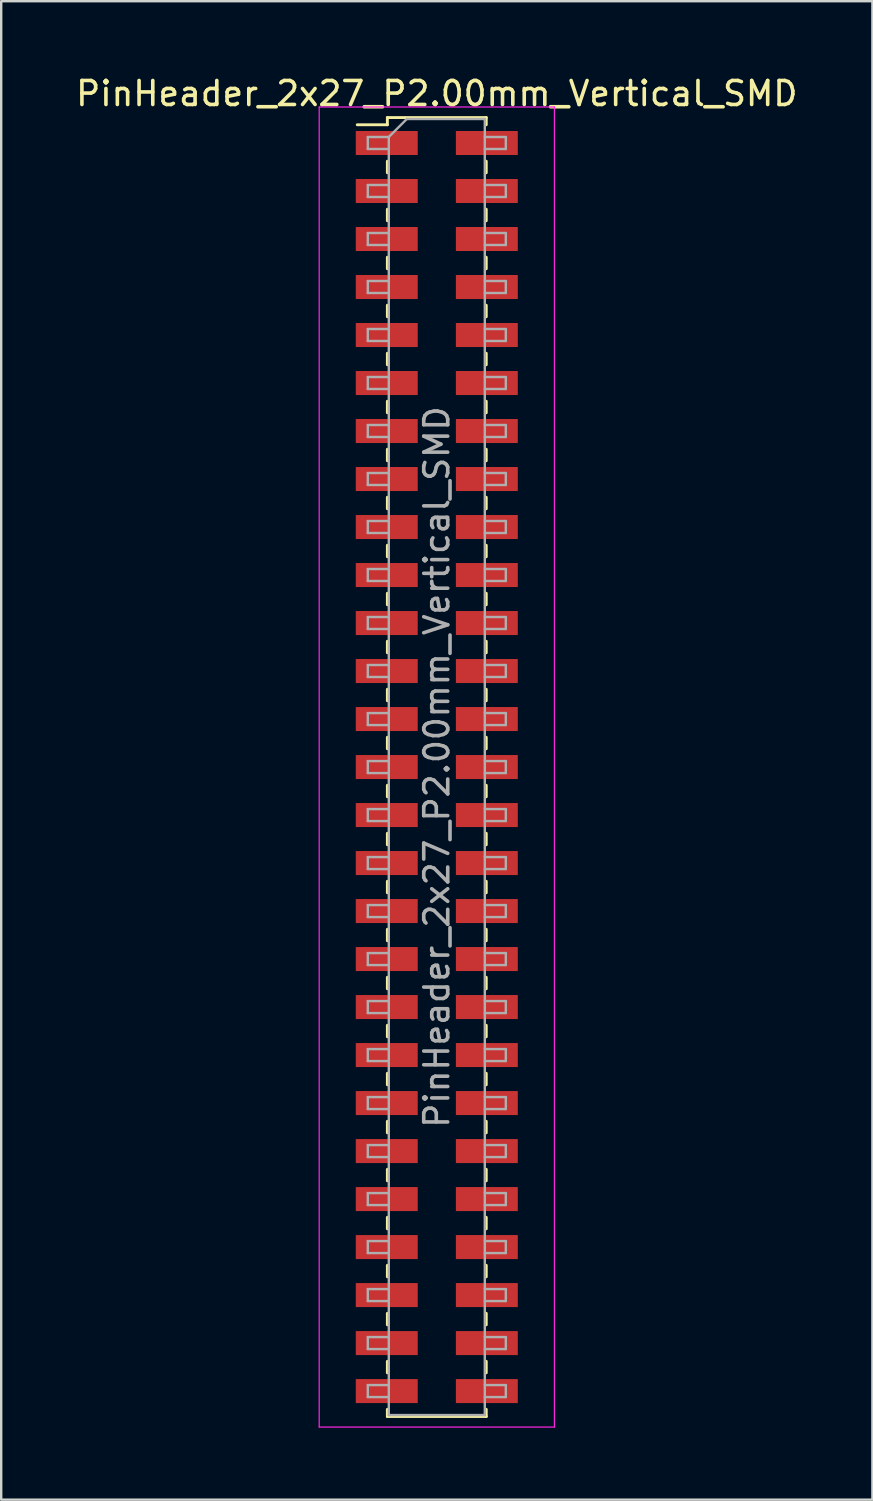
<source format=kicad_pcb>
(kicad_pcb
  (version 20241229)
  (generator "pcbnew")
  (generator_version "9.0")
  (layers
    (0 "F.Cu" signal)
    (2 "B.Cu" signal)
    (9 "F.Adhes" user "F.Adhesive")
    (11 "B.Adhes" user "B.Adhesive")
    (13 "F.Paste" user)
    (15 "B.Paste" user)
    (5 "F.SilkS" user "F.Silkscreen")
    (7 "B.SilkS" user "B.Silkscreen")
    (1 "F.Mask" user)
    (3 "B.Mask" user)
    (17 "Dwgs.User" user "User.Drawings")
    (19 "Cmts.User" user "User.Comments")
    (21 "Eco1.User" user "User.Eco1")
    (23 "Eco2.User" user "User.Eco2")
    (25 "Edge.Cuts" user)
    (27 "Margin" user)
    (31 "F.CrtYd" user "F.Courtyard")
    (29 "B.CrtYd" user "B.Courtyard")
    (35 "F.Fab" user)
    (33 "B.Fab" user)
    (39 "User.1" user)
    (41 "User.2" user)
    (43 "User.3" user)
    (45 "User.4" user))
  (footprint "PinHeader_2x27_P2.00mm_Vertical_SMD"
    (layer "F.Cu")
    (at 15.149 28.908)
    (property "Reference" "PinHeader_2x27_P2.00mm_Vertical_SMD" (at 0 -28.06 0) (layer "F.SilkS") (effects (font (size 1 1) (thickness 0.15))))
    (attr smd)
    (fp_line (start -3.315 -26.76) (end -2.06 -26.76) (stroke (width 0.12) (type solid)) (layer "F.SilkS"))
    (fp_line (start -2.06 -27.06) (end -2.06 -26.76) (stroke (width 0.12) (type solid)) (layer "F.SilkS"))
    (fp_line (start -2.06 -27.06) (end 2.06 -27.06) (stroke (width 0.12) (type solid)) (layer "F.SilkS"))
    (fp_line (start -2.06 -25.24) (end -2.06 -24.76) (stroke (width 0.12) (type solid)) (layer "F.SilkS"))
    (fp_line (start -2.06 -23.24) (end -2.06 -22.76) (stroke (width 0.12) (type solid)) (layer "F.SilkS"))
    (fp_line (start -2.06 -21.24) (end -2.06 -20.76) (stroke (width 0.12) (type solid)) (layer "F.SilkS"))
    (fp_line (start -2.06 -19.24) (end -2.06 -18.76) (stroke (width 0.12) (type solid)) (layer "F.SilkS"))
    (fp_line (start -2.06 -17.24) (end -2.06 -16.76) (stroke (width 0.12) (type solid)) (layer "F.SilkS"))
    (fp_line (start -2.06 -15.24) (end -2.06 -14.76) (stroke (width 0.12) (type solid)) (layer "F.SilkS"))
    (fp_line (start -2.06 -13.24) (end -2.06 -12.76) (stroke (width 0.12) (type solid)) (layer "F.SilkS"))
    (fp_line (start -2.06 -11.24) (end -2.06 -10.76) (stroke (width 0.12) (type solid)) (layer "F.SilkS"))
    (fp_line (start -2.06 -9.24) (end -2.06 -8.76) (stroke (width 0.12) (type solid)) (layer "F.SilkS"))
    (fp_line (start -2.06 -7.24) (end -2.06 -6.76) (stroke (width 0.12) (type solid)) (layer "F.SilkS"))
    (fp_line (start -2.06 -5.24) (end -2.06 -4.76) (stroke (width 0.12) (type solid)) (layer "F.SilkS"))
    (fp_line (start -2.06 -3.24) (end -2.06 -2.76) (stroke (width 0.12) (type solid)) (layer "F.SilkS"))
    (fp_line (start -2.06 -1.24) (end -2.06 -0.76) (stroke (width 0.12) (type solid)) (layer "F.SilkS"))
    (fp_line (start -2.06 0.76) (end -2.06 1.24) (stroke (width 0.12) (type solid)) (layer "F.SilkS"))
    (fp_line (start -2.06 2.76) (end -2.06 3.24) (stroke (width 0.12) (type solid)) (layer "F.SilkS"))
    (fp_line (start -2.06 4.76) (end -2.06 5.24) (stroke (width 0.12) (type solid)) (layer "F.SilkS"))
    (fp_line (start -2.06 6.76) (end -2.06 7.24) (stroke (width 0.12) (type solid)) (layer "F.SilkS"))
    (fp_line (start -2.06 8.76) (end -2.06 9.24) (stroke (width 0.12) (type solid)) (layer "F.SilkS"))
    (fp_line (start -2.06 10.76) (end -2.06 11.24) (stroke (width 0.12) (type solid)) (layer "F.SilkS"))
    (fp_line (start -2.06 12.76) (end -2.06 13.24) (stroke (width 0.12) (type solid)) (layer "F.SilkS"))
    (fp_line (start -2.06 14.76) (end -2.06 15.24) (stroke (width 0.12) (type solid)) (layer "F.SilkS"))
    (fp_line (start -2.06 16.76) (end -2.06 17.24) (stroke (width 0.12) (type solid)) (layer "F.SilkS"))
    (fp_line (start -2.06 18.76) (end -2.06 19.24) (stroke (width 0.12) (type solid)) (layer "F.SilkS"))
    (fp_line (start -2.06 20.76) (end -2.06 21.24) (stroke (width 0.12) (type solid)) (layer "F.SilkS"))
    (fp_line (start -2.06 22.76) (end -2.06 23.24) (stroke (width 0.12) (type solid)) (layer "F.SilkS"))
    (fp_line (start -2.06 24.76) (end -2.06 25.24) (stroke (width 0.12) (type solid)) (layer "F.SilkS"))
    (fp_line (start -2.06 26.76) (end -2.06 27.06) (stroke (width 0.12) (type solid)) (layer "F.SilkS"))
    (fp_line (start -2.06 27.06) (end 2.06 27.06) (stroke (width 0.12) (type solid)) (layer "F.SilkS"))
    (fp_line (start 2.06 -27.06) (end 2.06 -26.76) (stroke (width 0.12) (type solid)) (layer "F.SilkS"))
    (fp_line (start 2.06 -25.24) (end 2.06 -24.76) (stroke (width 0.12) (type solid)) (layer "F.SilkS"))
    (fp_line (start 2.06 -23.24) (end 2.06 -22.76) (stroke (width 0.12) (type solid)) (layer "F.SilkS"))
    (fp_line (start 2.06 -21.24) (end 2.06 -20.76) (stroke (width 0.12) (type solid)) (layer "F.SilkS"))
    (fp_line (start 2.06 -19.24) (end 2.06 -18.76) (stroke (width 0.12) (type solid)) (layer "F.SilkS"))
    (fp_line (start 2.06 -17.24) (end 2.06 -16.76) (stroke (width 0.12) (type solid)) (layer "F.SilkS"))
    (fp_line (start 2.06 -15.24) (end 2.06 -14.76) (stroke (width 0.12) (type solid)) (layer "F.SilkS"))
    (fp_line (start 2.06 -13.24) (end 2.06 -12.76) (stroke (width 0.12) (type solid)) (layer "F.SilkS"))
    (fp_line (start 2.06 -11.24) (end 2.06 -10.76) (stroke (width 0.12) (type solid)) (layer "F.SilkS"))
    (fp_line (start 2.06 -9.24) (end 2.06 -8.76) (stroke (width 0.12) (type solid)) (layer "F.SilkS"))
    (fp_line (start 2.06 -7.24) (end 2.06 -6.76) (stroke (width 0.12) (type solid)) (layer "F.SilkS"))
    (fp_line (start 2.06 -5.24) (end 2.06 -4.76) (stroke (width 0.12) (type solid)) (layer "F.SilkS"))
    (fp_line (start 2.06 -3.24) (end 2.06 -2.76) (stroke (width 0.12) (type solid)) (layer "F.SilkS"))
    (fp_line (start 2.06 -1.24) (end 2.06 -0.76) (stroke (width 0.12) (type solid)) (layer "F.SilkS"))
    (fp_line (start 2.06 0.76) (end 2.06 1.24) (stroke (width 0.12) (type solid)) (layer "F.SilkS"))
    (fp_line (start 2.06 2.76) (end 2.06 3.24) (stroke (width 0.12) (type solid)) (layer "F.SilkS"))
    (fp_line (start 2.06 4.76) (end 2.06 5.24) (stroke (width 0.12) (type solid)) (layer "F.SilkS"))
    (fp_line (start 2.06 6.76) (end 2.06 7.24) (stroke (width 0.12) (type solid)) (layer "F.SilkS"))
    (fp_line (start 2.06 8.76) (end 2.06 9.24) (stroke (width 0.12) (type solid)) (layer "F.SilkS"))
    (fp_line (start 2.06 10.76) (end 2.06 11.24) (stroke (width 0.12) (type solid)) (layer "F.SilkS"))
    (fp_line (start 2.06 12.76) (end 2.06 13.24) (stroke (width 0.12) (type solid)) (layer "F.SilkS"))
    (fp_line (start 2.06 14.76) (end 2.06 15.24) (stroke (width 0.12) (type solid)) (layer "F.SilkS"))
    (fp_line (start 2.06 16.76) (end 2.06 17.24) (stroke (width 0.12) (type solid)) (layer "F.SilkS"))
    (fp_line (start 2.06 18.76) (end 2.06 19.24) (stroke (width 0.12) (type solid)) (layer "F.SilkS"))
    (fp_line (start 2.06 20.76) (end 2.06 21.24) (stroke (width 0.12) (type solid)) (layer "F.SilkS"))
    (fp_line (start 2.06 22.76) (end 2.06 23.24) (stroke (width 0.12) (type solid)) (layer "F.SilkS"))
    (fp_line (start 2.06 24.76) (end 2.06 25.24) (stroke (width 0.12) (type solid)) (layer "F.SilkS"))
    (fp_line (start 2.06 26.76) (end 2.06 27.06) (stroke (width 0.12) (type solid)) (layer "F.SilkS"))
    (fp_line (start -4.9 -27.5) (end -4.9 27.5) (stroke (width 0.05) (type solid)) (layer "F.CrtYd"))
    (fp_line (start -4.9 27.5) (end 4.9 27.5) (stroke (width 0.05) (type solid)) (layer "F.CrtYd"))
    (fp_line (start 4.9 -27.5) (end -4.9 -27.5) (stroke (width 0.05) (type solid)) (layer "F.CrtYd"))
    (fp_line (start 4.9 27.5) (end 4.9 -27.5) (stroke (width 0.05) (type solid)) (layer "F.CrtYd"))
    (fp_line (start -2.875 -26.25) (end -2.875 -25.75) (stroke (width 0.1) (type solid)) (layer "F.Fab"))
    (fp_line (start -2.875 -25.75) (end -2 -25.75) (stroke (width 0.1) (type solid)) (layer "F.Fab"))
    (fp_line (start -2.875 -24.25) (end -2.875 -23.75) (stroke (width 0.1) (type solid)) (layer "F.Fab"))
    (fp_line (start -2.875 -23.75) (end -2 -23.75) (stroke (width 0.1) (type solid)) (layer "F.Fab"))
    (fp_line (start -2.875 -22.25) (end -2.875 -21.75) (stroke (width 0.1) (type solid)) (layer "F.Fab"))
    (fp_line (start -2.875 -21.75) (end -2 -21.75) (stroke (width 0.1) (type solid)) (layer "F.Fab"))
    (fp_line (start -2.875 -20.25) (end -2.875 -19.75) (stroke (width 0.1) (type solid)) (layer "F.Fab"))
    (fp_line (start -2.875 -19.75) (end -2 -19.75) (stroke (width 0.1) (type solid)) (layer "F.Fab"))
    (fp_line (start -2.875 -18.25) (end -2.875 -17.75) (stroke (width 0.1) (type solid)) (layer "F.Fab"))
    (fp_line (start -2.875 -17.75) (end -2 -17.75) (stroke (width 0.1) (type solid)) (layer "F.Fab"))
    (fp_line (start -2.875 -16.25) (end -2.875 -15.75) (stroke (width 0.1) (type solid)) (layer "F.Fab"))
    (fp_line (start -2.875 -15.75) (end -2 -15.75) (stroke (width 0.1) (type solid)) (layer "F.Fab"))
    (fp_line (start -2.875 -14.25) (end -2.875 -13.75) (stroke (width 0.1) (type solid)) (layer "F.Fab"))
    (fp_line (start -2.875 -13.75) (end -2 -13.75) (stroke (width 0.1) (type solid)) (layer "F.Fab"))
    (fp_line (start -2.875 -12.25) (end -2.875 -11.75) (stroke (width 0.1) (type solid)) (layer "F.Fab"))
    (fp_line (start -2.875 -11.75) (end -2 -11.75) (stroke (width 0.1) (type solid)) (layer "F.Fab"))
    (fp_line (start -2.875 -10.25) (end -2.875 -9.75) (stroke (width 0.1) (type solid)) (layer "F.Fab"))
    (fp_line (start -2.875 -9.75) (end -2 -9.75) (stroke (width 0.1) (type solid)) (layer "F.Fab"))
    (fp_line (start -2.875 -8.25) (end -2.875 -7.75) (stroke (width 0.1) (type solid)) (layer "F.Fab"))
    (fp_line (start -2.875 -7.75) (end -2 -7.75) (stroke (width 0.1) (type solid)) (layer "F.Fab"))
    (fp_line (start -2.875 -6.25) (end -2.875 -5.75) (stroke (width 0.1) (type solid)) (layer "F.Fab"))
    (fp_line (start -2.875 -5.75) (end -2 -5.75) (stroke (width 0.1) (type solid)) (layer "F.Fab"))
    (fp_line (start -2.875 -4.25) (end -2.875 -3.75) (stroke (width 0.1) (type solid)) (layer "F.Fab"))
    (fp_line (start -2.875 -3.75) (end -2 -3.75) (stroke (width 0.1) (type solid)) (layer "F.Fab"))
    (fp_line (start -2.875 -2.25) (end -2.875 -1.75) (stroke (width 0.1) (type solid)) (layer "F.Fab"))
    (fp_line (start -2.875 -1.75) (end -2 -1.75) (stroke (width 0.1) (type solid)) (layer "F.Fab"))
    (fp_line (start -2.875 -0.25) (end -2.875 0.25) (stroke (width 0.1) (type solid)) (layer "F.Fab"))
    (fp_line (start -2.875 0.25) (end -2 0.25) (stroke (width 0.1) (type solid)) (layer "F.Fab"))
    (fp_line (start -2.875 1.75) (end -2.875 2.25) (stroke (width 0.1) (type solid)) (layer "F.Fab"))
    (fp_line (start -2.875 2.25) (end -2 2.25) (stroke (width 0.1) (type solid)) (layer "F.Fab"))
    (fp_line (start -2.875 3.75) (end -2.875 4.25) (stroke (width 0.1) (type solid)) (layer "F.Fab"))
    (fp_line (start -2.875 4.25) (end -2 4.25) (stroke (width 0.1) (type solid)) (layer "F.Fab"))
    (fp_line (start -2.875 5.75) (end -2.875 6.25) (stroke (width 0.1) (type solid)) (layer "F.Fab"))
    (fp_line (start -2.875 6.25) (end -2 6.25) (stroke (width 0.1) (type solid)) (layer "F.Fab"))
    (fp_line (start -2.875 7.75) (end -2.875 8.25) (stroke (width 0.1) (type solid)) (layer "F.Fab"))
    (fp_line (start -2.875 8.25) (end -2 8.25) (stroke (width 0.1) (type solid)) (layer "F.Fab"))
    (fp_line (start -2.875 9.75) (end -2.875 10.25) (stroke (width 0.1) (type solid)) (layer "F.Fab"))
    (fp_line (start -2.875 10.25) (end -2 10.25) (stroke (width 0.1) (type solid)) (layer "F.Fab"))
    (fp_line (start -2.875 11.75) (end -2.875 12.25) (stroke (width 0.1) (type solid)) (layer "F.Fab"))
    (fp_line (start -2.875 12.25) (end -2 12.25) (stroke (width 0.1) (type solid)) (layer "F.Fab"))
    (fp_line (start -2.875 13.75) (end -2.875 14.25) (stroke (width 0.1) (type solid)) (layer "F.Fab"))
    (fp_line (start -2.875 14.25) (end -2 14.25) (stroke (width 0.1) (type solid)) (layer "F.Fab"))
    (fp_line (start -2.875 15.75) (end -2.875 16.25) (stroke (width 0.1) (type solid)) (layer "F.Fab"))
    (fp_line (start -2.875 16.25) (end -2 16.25) (stroke (width 0.1) (type solid)) (layer "F.Fab"))
    (fp_line (start -2.875 17.75) (end -2.875 18.25) (stroke (width 0.1) (type solid)) (layer "F.Fab"))
    (fp_line (start -2.875 18.25) (end -2 18.25) (stroke (width 0.1) (type solid)) (layer "F.Fab"))
    (fp_line (start -2.875 19.75) (end -2.875 20.25) (stroke (width 0.1) (type solid)) (layer "F.Fab"))
    (fp_line (start -2.875 20.25) (end -2 20.25) (stroke (width 0.1) (type solid)) (layer "F.Fab"))
    (fp_line (start -2.875 21.75) (end -2.875 22.25) (stroke (width 0.1) (type solid)) (layer "F.Fab"))
    (fp_line (start -2.875 22.25) (end -2 22.25) (stroke (width 0.1) (type solid)) (layer "F.Fab"))
    (fp_line (start -2.875 23.75) (end -2.875 24.25) (stroke (width 0.1) (type solid)) (layer "F.Fab"))
    (fp_line (start -2.875 24.25) (end -2 24.25) (stroke (width 0.1) (type solid)) (layer "F.Fab"))
    (fp_line (start -2.875 25.75) (end -2.875 26.25) (stroke (width 0.1) (type solid)) (layer "F.Fab"))
    (fp_line (start -2.875 26.25) (end -2 26.25) (stroke (width 0.1) (type solid)) (layer "F.Fab"))
    (fp_line (start -2 -26.25) (end -2.875 -26.25) (stroke (width 0.1) (type solid)) (layer "F.Fab"))
    (fp_line (start -2 -26.25) (end -1.25 -27) (stroke (width 0.1) (type solid)) (layer "F.Fab"))
    (fp_line (start -2 -24.25) (end -2.875 -24.25) (stroke (width 0.1) (type solid)) (layer "F.Fab"))
    (fp_line (start -2 -22.25) (end -2.875 -22.25) (stroke (width 0.1) (type solid)) (layer "F.Fab"))
    (fp_line (start -2 -20.25) (end -2.875 -20.25) (stroke (width 0.1) (type solid)) (layer "F.Fab"))
    (fp_line (start -2 -18.25) (end -2.875 -18.25) (stroke (width 0.1) (type solid)) (layer "F.Fab"))
    (fp_line (start -2 -16.25) (end -2.875 -16.25) (stroke (width 0.1) (type solid)) (layer "F.Fab"))
    (fp_line (start -2 -14.25) (end -2.875 -14.25) (stroke (width 0.1) (type solid)) (layer "F.Fab"))
    (fp_line (start -2 -12.25) (end -2.875 -12.25) (stroke (width 0.1) (type solid)) (layer "F.Fab"))
    (fp_line (start -2 -10.25) (end -2.875 -10.25) (stroke (width 0.1) (type solid)) (layer "F.Fab"))
    (fp_line (start -2 -8.25) (end -2.875 -8.25) (stroke (width 0.1) (type solid)) (layer "F.Fab"))
    (fp_line (start -2 -6.25) (end -2.875 -6.25) (stroke (width 0.1) (type solid)) (layer "F.Fab"))
    (fp_line (start -2 -4.25) (end -2.875 -4.25) (stroke (width 0.1) (type solid)) (layer "F.Fab"))
    (fp_line (start -2 -2.25) (end -2.875 -2.25) (stroke (width 0.1) (type solid)) (layer "F.Fab"))
    (fp_line (start -2 -0.25) (end -2.875 -0.25) (stroke (width 0.1) (type solid)) (layer "F.Fab"))
    (fp_line (start -2 1.75) (end -2.875 1.75) (stroke (width 0.1) (type solid)) (layer "F.Fab"))
    (fp_line (start -2 3.75) (end -2.875 3.75) (stroke (width 0.1) (type solid)) (layer "F.Fab"))
    (fp_line (start -2 5.75) (end -2.875 5.75) (stroke (width 0.1) (type solid)) (layer "F.Fab"))
    (fp_line (start -2 7.75) (end -2.875 7.75) (stroke (width 0.1) (type solid)) (layer "F.Fab"))
    (fp_line (start -2 9.75) (end -2.875 9.75) (stroke (width 0.1) (type solid)) (layer "F.Fab"))
    (fp_line (start -2 11.75) (end -2.875 11.75) (stroke (width 0.1) (type solid)) (layer "F.Fab"))
    (fp_line (start -2 13.75) (end -2.875 13.75) (stroke (width 0.1) (type solid)) (layer "F.Fab"))
    (fp_line (start -2 15.75) (end -2.875 15.75) (stroke (width 0.1) (type solid)) (layer "F.Fab"))
    (fp_line (start -2 17.75) (end -2.875 17.75) (stroke (width 0.1) (type solid)) (layer "F.Fab"))
    (fp_line (start -2 19.75) (end -2.875 19.75) (stroke (width 0.1) (type solid)) (layer "F.Fab"))
    (fp_line (start -2 21.75) (end -2.875 21.75) (stroke (width 0.1) (type solid)) (layer "F.Fab"))
    (fp_line (start -2 23.75) (end -2.875 23.75) (stroke (width 0.1) (type solid)) (layer "F.Fab"))
    (fp_line (start -2 25.75) (end -2.875 25.75) (stroke (width 0.1) (type solid)) (layer "F.Fab"))
    (fp_line (start -2 27) (end -2 -26.25) (stroke (width 0.1) (type solid)) (layer "F.Fab"))
    (fp_line (start -1.25 -27) (end 2 -27) (stroke (width 0.1) (type solid)) (layer "F.Fab"))
    (fp_line (start 2 -27) (end 2 27) (stroke (width 0.1) (type solid)) (layer "F.Fab"))
    (fp_line (start 2 -26.25) (end 2.875 -26.25) (stroke (width 0.1) (type solid)) (layer "F.Fab"))
    (fp_line (start 2 -24.25) (end 2.875 -24.25) (stroke (width 0.1) (type solid)) (layer "F.Fab"))
    (fp_line (start 2 -22.25) (end 2.875 -22.25) (stroke (width 0.1) (type solid)) (layer "F.Fab"))
    (fp_line (start 2 -20.25) (end 2.875 -20.25) (stroke (width 0.1) (type solid)) (layer "F.Fab"))
    (fp_line (start 2 -18.25) (end 2.875 -18.25) (stroke (width 0.1) (type solid)) (layer "F.Fab"))
    (fp_line (start 2 -16.25) (end 2.875 -16.25) (stroke (width 0.1) (type solid)) (layer "F.Fab"))
    (fp_line (start 2 -14.25) (end 2.875 -14.25) (stroke (width 0.1) (type solid)) (layer "F.Fab"))
    (fp_line (start 2 -12.25) (end 2.875 -12.25) (stroke (width 0.1) (type solid)) (layer "F.Fab"))
    (fp_line (start 2 -10.25) (end 2.875 -10.25) (stroke (width 0.1) (type solid)) (layer "F.Fab"))
    (fp_line (start 2 -8.25) (end 2.875 -8.25) (stroke (width 0.1) (type solid)) (layer "F.Fab"))
    (fp_line (start 2 -6.25) (end 2.875 -6.25) (stroke (width 0.1) (type solid)) (layer "F.Fab"))
    (fp_line (start 2 -4.25) (end 2.875 -4.25) (stroke (width 0.1) (type solid)) (layer "F.Fab"))
    (fp_line (start 2 -2.25) (end 2.875 -2.25) (stroke (width 0.1) (type solid)) (layer "F.Fab"))
    (fp_line (start 2 -0.25) (end 2.875 -0.25) (stroke (width 0.1) (type solid)) (layer "F.Fab"))
    (fp_line (start 2 1.75) (end 2.875 1.75) (stroke (width 0.1) (type solid)) (layer "F.Fab"))
    (fp_line (start 2 3.75) (end 2.875 3.75) (stroke (width 0.1) (type solid)) (layer "F.Fab"))
    (fp_line (start 2 5.75) (end 2.875 5.75) (stroke (width 0.1) (type solid)) (layer "F.Fab"))
    (fp_line (start 2 7.75) (end 2.875 7.75) (stroke (width 0.1) (type solid)) (layer "F.Fab"))
    (fp_line (start 2 9.75) (end 2.875 9.75) (stroke (width 0.1) (type solid)) (layer "F.Fab"))
    (fp_line (start 2 11.75) (end 2.875 11.75) (stroke (width 0.1) (type solid)) (layer "F.Fab"))
    (fp_line (start 2 13.75) (end 2.875 13.75) (stroke (width 0.1) (type solid)) (layer "F.Fab"))
    (fp_line (start 2 15.75) (end 2.875 15.75) (stroke (width 0.1) (type solid)) (layer "F.Fab"))
    (fp_line (start 2 17.75) (end 2.875 17.75) (stroke (width 0.1) (type solid)) (layer "F.Fab"))
    (fp_line (start 2 19.75) (end 2.875 19.75) (stroke (width 0.1) (type solid)) (layer "F.Fab"))
    (fp_line (start 2 21.75) (end 2.875 21.75) (stroke (width 0.1) (type solid)) (layer "F.Fab"))
    (fp_line (start 2 23.75) (end 2.875 23.75) (stroke (width 0.1) (type solid)) (layer "F.Fab"))
    (fp_line (start 2 25.75) (end 2.875 25.75) (stroke (width 0.1) (type solid)) (layer "F.Fab"))
    (fp_line (start 2 27) (end -2 27) (stroke (width 0.1) (type solid)) (layer "F.Fab"))
    (fp_line (start 2.875 -26.25) (end 2.875 -25.75) (stroke (width 0.1) (type solid)) (layer "F.Fab"))
    (fp_line (start 2.875 -25.75) (end 2 -25.75) (stroke (width 0.1) (type solid)) (layer "F.Fab"))
    (fp_line (start 2.875 -24.25) (end 2.875 -23.75) (stroke (width 0.1) (type solid)) (layer "F.Fab"))
    (fp_line (start 2.875 -23.75) (end 2 -23.75) (stroke (width 0.1) (type solid)) (layer "F.Fab"))
    (fp_line (start 2.875 -22.25) (end 2.875 -21.75) (stroke (width 0.1) (type solid)) (layer "F.Fab"))
    (fp_line (start 2.875 -21.75) (end 2 -21.75) (stroke (width 0.1) (type solid)) (layer "F.Fab"))
    (fp_line (start 2.875 -20.25) (end 2.875 -19.75) (stroke (width 0.1) (type solid)) (layer "F.Fab"))
    (fp_line (start 2.875 -19.75) (end 2 -19.75) (stroke (width 0.1) (type solid)) (layer "F.Fab"))
    (fp_line (start 2.875 -18.25) (end 2.875 -17.75) (stroke (width 0.1) (type solid)) (layer "F.Fab"))
    (fp_line (start 2.875 -17.75) (end 2 -17.75) (stroke (width 0.1) (type solid)) (layer "F.Fab"))
    (fp_line (start 2.875 -16.25) (end 2.875 -15.75) (stroke (width 0.1) (type solid)) (layer "F.Fab"))
    (fp_line (start 2.875 -15.75) (end 2 -15.75) (stroke (width 0.1) (type solid)) (layer "F.Fab"))
    (fp_line (start 2.875 -14.25) (end 2.875 -13.75) (stroke (width 0.1) (type solid)) (layer "F.Fab"))
    (fp_line (start 2.875 -13.75) (end 2 -13.75) (stroke (width 0.1) (type solid)) (layer "F.Fab"))
    (fp_line (start 2.875 -12.25) (end 2.875 -11.75) (stroke (width 0.1) (type solid)) (layer "F.Fab"))
    (fp_line (start 2.875 -11.75) (end 2 -11.75) (stroke (width 0.1) (type solid)) (layer "F.Fab"))
    (fp_line (start 2.875 -10.25) (end 2.875 -9.75) (stroke (width 0.1) (type solid)) (layer "F.Fab"))
    (fp_line (start 2.875 -9.75) (end 2 -9.75) (stroke (width 0.1) (type solid)) (layer "F.Fab"))
    (fp_line (start 2.875 -8.25) (end 2.875 -7.75) (stroke (width 0.1) (type solid)) (layer "F.Fab"))
    (fp_line (start 2.875 -7.75) (end 2 -7.75) (stroke (width 0.1) (type solid)) (layer "F.Fab"))
    (fp_line (start 2.875 -6.25) (end 2.875 -5.75) (stroke (width 0.1) (type solid)) (layer "F.Fab"))
    (fp_line (start 2.875 -5.75) (end 2 -5.75) (stroke (width 0.1) (type solid)) (layer "F.Fab"))
    (fp_line (start 2.875 -4.25) (end 2.875 -3.75) (stroke (width 0.1) (type solid)) (layer "F.Fab"))
    (fp_line (start 2.875 -3.75) (end 2 -3.75) (stroke (width 0.1) (type solid)) (layer "F.Fab"))
    (fp_line (start 2.875 -2.25) (end 2.875 -1.75) (stroke (width 0.1) (type solid)) (layer "F.Fab"))
    (fp_line (start 2.875 -1.75) (end 2 -1.75) (stroke (width 0.1) (type solid)) (layer "F.Fab"))
    (fp_line (start 2.875 -0.25) (end 2.875 0.25) (stroke (width 0.1) (type solid)) (layer "F.Fab"))
    (fp_line (start 2.875 0.25) (end 2 0.25) (stroke (width 0.1) (type solid)) (layer "F.Fab"))
    (fp_line (start 2.875 1.75) (end 2.875 2.25) (stroke (width 0.1) (type solid)) (layer "F.Fab"))
    (fp_line (start 2.875 2.25) (end 2 2.25) (stroke (width 0.1) (type solid)) (layer "F.Fab"))
    (fp_line (start 2.875 3.75) (end 2.875 4.25) (stroke (width 0.1) (type solid)) (layer "F.Fab"))
    (fp_line (start 2.875 4.25) (end 2 4.25) (stroke (width 0.1) (type solid)) (layer "F.Fab"))
    (fp_line (start 2.875 5.75) (end 2.875 6.25) (stroke (width 0.1) (type solid)) (layer "F.Fab"))
    (fp_line (start 2.875 6.25) (end 2 6.25) (stroke (width 0.1) (type solid)) (layer "F.Fab"))
    (fp_line (start 2.875 7.75) (end 2.875 8.25) (stroke (width 0.1) (type solid)) (layer "F.Fab"))
    (fp_line (start 2.875 8.25) (end 2 8.25) (stroke (width 0.1) (type solid)) (layer "F.Fab"))
    (fp_line (start 2.875 9.75) (end 2.875 10.25) (stroke (width 0.1) (type solid)) (layer "F.Fab"))
    (fp_line (start 2.875 10.25) (end 2 10.25) (stroke (width 0.1) (type solid)) (layer "F.Fab"))
    (fp_line (start 2.875 11.75) (end 2.875 12.25) (stroke (width 0.1) (type solid)) (layer "F.Fab"))
    (fp_line (start 2.875 12.25) (end 2 12.25) (stroke (width 0.1) (type solid)) (layer "F.Fab"))
    (fp_line (start 2.875 13.75) (end 2.875 14.25) (stroke (width 0.1) (type solid)) (layer "F.Fab"))
    (fp_line (start 2.875 14.25) (end 2 14.25) (stroke (width 0.1) (type solid)) (layer "F.Fab"))
    (fp_line (start 2.875 15.75) (end 2.875 16.25) (stroke (width 0.1) (type solid)) (layer "F.Fab"))
    (fp_line (start 2.875 16.25) (end 2 16.25) (stroke (width 0.1) (type solid)) (layer "F.Fab"))
    (fp_line (start 2.875 17.75) (end 2.875 18.25) (stroke (width 0.1) (type solid)) (layer "F.Fab"))
    (fp_line (start 2.875 18.25) (end 2 18.25) (stroke (width 0.1) (type solid)) (layer "F.Fab"))
    (fp_line (start 2.875 19.75) (end 2.875 20.25) (stroke (width 0.1) (type solid)) (layer "F.Fab"))
    (fp_line (start 2.875 20.25) (end 2 20.25) (stroke (width 0.1) (type solid)) (layer "F.Fab"))
    (fp_line (start 2.875 21.75) (end 2.875 22.25) (stroke (width 0.1) (type solid)) (layer "F.Fab"))
    (fp_line (start 2.875 22.25) (end 2 22.25) (stroke (width 0.1) (type solid)) (layer "F.Fab"))
    (fp_line (start 2.875 23.75) (end 2.875 24.25) (stroke (width 0.1) (type solid)) (layer "F.Fab"))
    (fp_line (start 2.875 24.25) (end 2 24.25) (stroke (width 0.1) (type solid)) (layer "F.Fab"))
    (fp_line (start 2.875 25.75) (end 2.875 26.25) (stroke (width 0.1) (type solid)) (layer "F.Fab"))
    (fp_line (start 2.875 26.25) (end 2 26.25) (stroke (width 0.1) (type solid)) (layer "F.Fab"))
    (fp_text user "${REFERENCE}" (at 0 0 90) (layer "F.Fab") (effects (font (size 1 1) (thickness 0.15))))
    (pad "1" smd rect (at -2.085 -26) (size 2.58 1) (layers "F.Cu" "F.Mask" "F.Paste"))
    (pad "2" smd rect (at 2.085 -26) (size 2.58 1) (layers "F.Cu" "F.Mask" "F.Paste"))
    (pad "3" smd rect (at -2.085 -24) (size 2.58 1) (layers "F.Cu" "F.Mask" "F.Paste"))
    (pad "4" smd rect (at 2.085 -24) (size 2.58 1) (layers "F.Cu" "F.Mask" "F.Paste"))
    (pad "5" smd rect (at -2.085 -22) (size 2.58 1) (layers "F.Cu" "F.Mask" "F.Paste"))
    (pad "6" smd rect (at 2.085 -22) (size 2.58 1) (layers "F.Cu" "F.Mask" "F.Paste"))
    (pad "7" smd rect (at -2.085 -20) (size 2.58 1) (layers "F.Cu" "F.Mask" "F.Paste"))
    (pad "8" smd rect (at 2.085 -20) (size 2.58 1) (layers "F.Cu" "F.Mask" "F.Paste"))
    (pad "9" smd rect (at -2.085 -18) (size 2.58 1) (layers "F.Cu" "F.Mask" "F.Paste"))
    (pad "10" smd rect (at 2.085 -18) (size 2.58 1) (layers "F.Cu" "F.Mask" "F.Paste"))
    (pad "11" smd rect (at -2.085 -16) (size 2.58 1) (layers "F.Cu" "F.Mask" "F.Paste"))
    (pad "12" smd rect (at 2.085 -16) (size 2.58 1) (layers "F.Cu" "F.Mask" "F.Paste"))
    (pad "13" smd rect (at -2.085 -14) (size 2.58 1) (layers "F.Cu" "F.Mask" "F.Paste"))
    (pad "14" smd rect (at 2.085 -14) (size 2.58 1) (layers "F.Cu" "F.Mask" "F.Paste"))
    (pad "15" smd rect (at -2.085 -12) (size 2.58 1) (layers "F.Cu" "F.Mask" "F.Paste"))
    (pad "16" smd rect (at 2.085 -12) (size 2.58 1) (layers "F.Cu" "F.Mask" "F.Paste"))
    (pad "17" smd rect (at -2.085 -10) (size 2.58 1) (layers "F.Cu" "F.Mask" "F.Paste"))
    (pad "18" smd rect (at 2.085 -10) (size 2.58 1) (layers "F.Cu" "F.Mask" "F.Paste"))
    (pad "19" smd rect (at -2.085 -8) (size 2.58 1) (layers "F.Cu" "F.Mask" "F.Paste"))
    (pad "20" smd rect (at 2.085 -8) (size 2.58 1) (layers "F.Cu" "F.Mask" "F.Paste"))
    (pad "21" smd rect (at -2.085 -6) (size 2.58 1) (layers "F.Cu" "F.Mask" "F.Paste"))
    (pad "22" smd rect (at 2.085 -6) (size 2.58 1) (layers "F.Cu" "F.Mask" "F.Paste"))
    (pad "23" smd rect (at -2.085 -4) (size 2.58 1) (layers "F.Cu" "F.Mask" "F.Paste"))
    (pad "24" smd rect (at 2.085 -4) (size 2.58 1) (layers "F.Cu" "F.Mask" "F.Paste"))
    (pad "25" smd rect (at -2.085 -2) (size 2.58 1) (layers "F.Cu" "F.Mask" "F.Paste"))
    (pad "26" smd rect (at 2.085 -2) (size 2.58 1) (layers "F.Cu" "F.Mask" "F.Paste"))
    (pad "27" smd rect (at -2.085 0) (size 2.58 1) (layers "F.Cu" "F.Mask" "F.Paste"))
    (pad "28" smd rect (at 2.085 0) (size 2.58 1) (layers "F.Cu" "F.Mask" "F.Paste"))
    (pad "29" smd rect (at -2.085 2) (size 2.58 1) (layers "F.Cu" "F.Mask" "F.Paste"))
    (pad "30" smd rect (at 2.085 2) (size 2.58 1) (layers "F.Cu" "F.Mask" "F.Paste"))
    (pad "31" smd rect (at -2.085 4) (size 2.58 1) (layers "F.Cu" "F.Mask" "F.Paste"))
    (pad "32" smd rect (at 2.085 4) (size 2.58 1) (layers "F.Cu" "F.Mask" "F.Paste"))
    (pad "33" smd rect (at -2.085 6) (size 2.58 1) (layers "F.Cu" "F.Mask" "F.Paste"))
    (pad "34" smd rect (at 2.085 6) (size 2.58 1) (layers "F.Cu" "F.Mask" "F.Paste"))
    (pad "35" smd rect (at -2.085 8) (size 2.58 1) (layers "F.Cu" "F.Mask" "F.Paste"))
    (pad "36" smd rect (at 2.085 8) (size 2.58 1) (layers "F.Cu" "F.Mask" "F.Paste"))
    (pad "37" smd rect (at -2.085 10) (size 2.58 1) (layers "F.Cu" "F.Mask" "F.Paste"))
    (pad "38" smd rect (at 2.085 10) (size 2.58 1) (layers "F.Cu" "F.Mask" "F.Paste"))
    (pad "39" smd rect (at -2.085 12) (size 2.58 1) (layers "F.Cu" "F.Mask" "F.Paste"))
    (pad "40" smd rect (at 2.085 12) (size 2.58 1) (layers "F.Cu" "F.Mask" "F.Paste"))
    (pad "41" smd rect (at -2.085 14) (size 2.58 1) (layers "F.Cu" "F.Mask" "F.Paste"))
    (pad "42" smd rect (at 2.085 14) (size 2.58 1) (layers "F.Cu" "F.Mask" "F.Paste"))
    (pad "43" smd rect (at -2.085 16) (size 2.58 1) (layers "F.Cu" "F.Mask" "F.Paste"))
    (pad "44" smd rect (at 2.085 16) (size 2.58 1) (layers "F.Cu" "F.Mask" "F.Paste"))
    (pad "45" smd rect (at -2.085 18) (size 2.58 1) (layers "F.Cu" "F.Mask" "F.Paste"))
    (pad "46" smd rect (at 2.085 18) (size 2.58 1) (layers "F.Cu" "F.Mask" "F.Paste"))
    (pad "47" smd rect (at -2.085 20) (size 2.58 1) (layers "F.Cu" "F.Mask" "F.Paste"))
    (pad "48" smd rect (at 2.085 20) (size 2.58 1) (layers "F.Cu" "F.Mask" "F.Paste"))
    (pad "49" smd rect (at -2.085 22) (size 2.58 1) (layers "F.Cu" "F.Mask" "F.Paste"))
    (pad "50" smd rect (at 2.085 22) (size 2.58 1) (layers "F.Cu" "F.Mask" "F.Paste"))
    (pad "51" smd rect (at -2.085 24) (size 2.58 1) (layers "F.Cu" "F.Mask" "F.Paste"))
    (pad "52" smd rect (at 2.085 24) (size 2.58 1) (layers "F.Cu" "F.Mask" "F.Paste"))
    (pad "53" smd rect (at -2.085 26) (size 2.58 1) (layers "F.Cu" "F.Mask" "F.Paste"))
    (pad "54" smd rect (at 2.085 26) (size 2.58 1) (layers "F.Cu" "F.Mask" "F.Paste")))
  (gr_rect
    (start -3 -3)
    (end 33.298 59.433)
    (stroke (width 0.1) (type default))
    (fill no)
    (layer "Edge.Cuts")))
</source>
